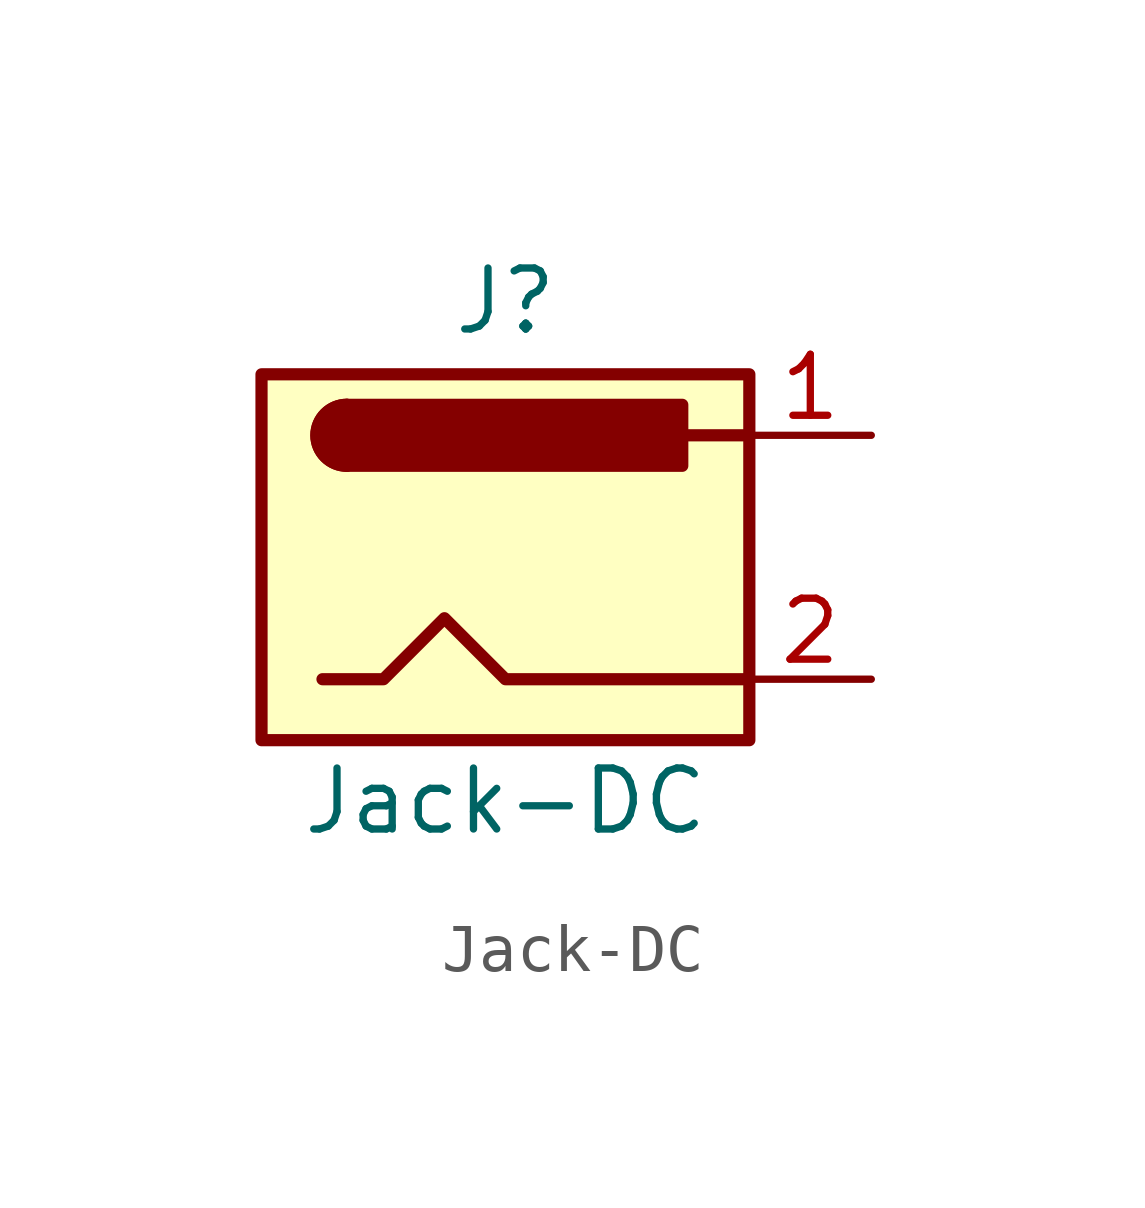
<source format=kicad_sym>
(kicad_symbol_lib
  (version 20241209)
  (generator "kicad_symbol_editor")
  (generator_version "9.0")
  (symbol "Jack-DC"
    (pin_names
      (offset 1.016))
    (property "Reference" "J"
      (at 0 5.334 0)
      (effects (font (size 1.27 1.27))))
    (property "Value" "Jack-DC"
      (at 0 -5.08 0)
      (effects (font (size 1.27 1.27))))
    (symbol "Jack-DC_0_1"
      (rectangle (start -5.08 3.81) (end 5.08 -3.81) (stroke (width 0.254) (type default)) (fill (type background)))
      (polyline (pts (xy -3.81 -2.54) (xy -2.54 -2.54) (xy -1.27 -1.27) (xy 0 -2.54) (xy 2.54 -2.54) (xy 5.08 -2.54)) (stroke (width 0.254) (type default)) (fill (type none)))
      (arc (start -3.302 1.905) (mid -3.9343 2.54) (end -3.302 3.175) (stroke (width 0.254) (type default)) (fill (type none)))
      (arc (start -3.302 1.905) (mid -3.9343 2.54) (end -3.302 3.175) (stroke (width 0.254) (type default)) (fill (type outline)))
      (rectangle (start 3.683 3.175) (end -3.302 1.905) (stroke (width 0.254) (type default)) (fill (type outline)))
      (polyline (pts (xy 5.08 2.54) (xy 3.81 2.54)) (stroke (width 0.254) (type default)) (fill (type none))))
    (symbol "Jack-DC_1_1"
      (pin passive line (at 7.62 2.54 180) (length 2.54) (name "~" (effects (font (size 1.27 1.27)))) (number "1" (effects (font (size 1.27 1.27)))))
      (pin passive line (at 7.62 -2.54 180) (length 2.54) (name "~" (effects (font (size 1.27 1.27)))) (number "2" (effects (font (size 1.27 1.27))))))))
</source>
